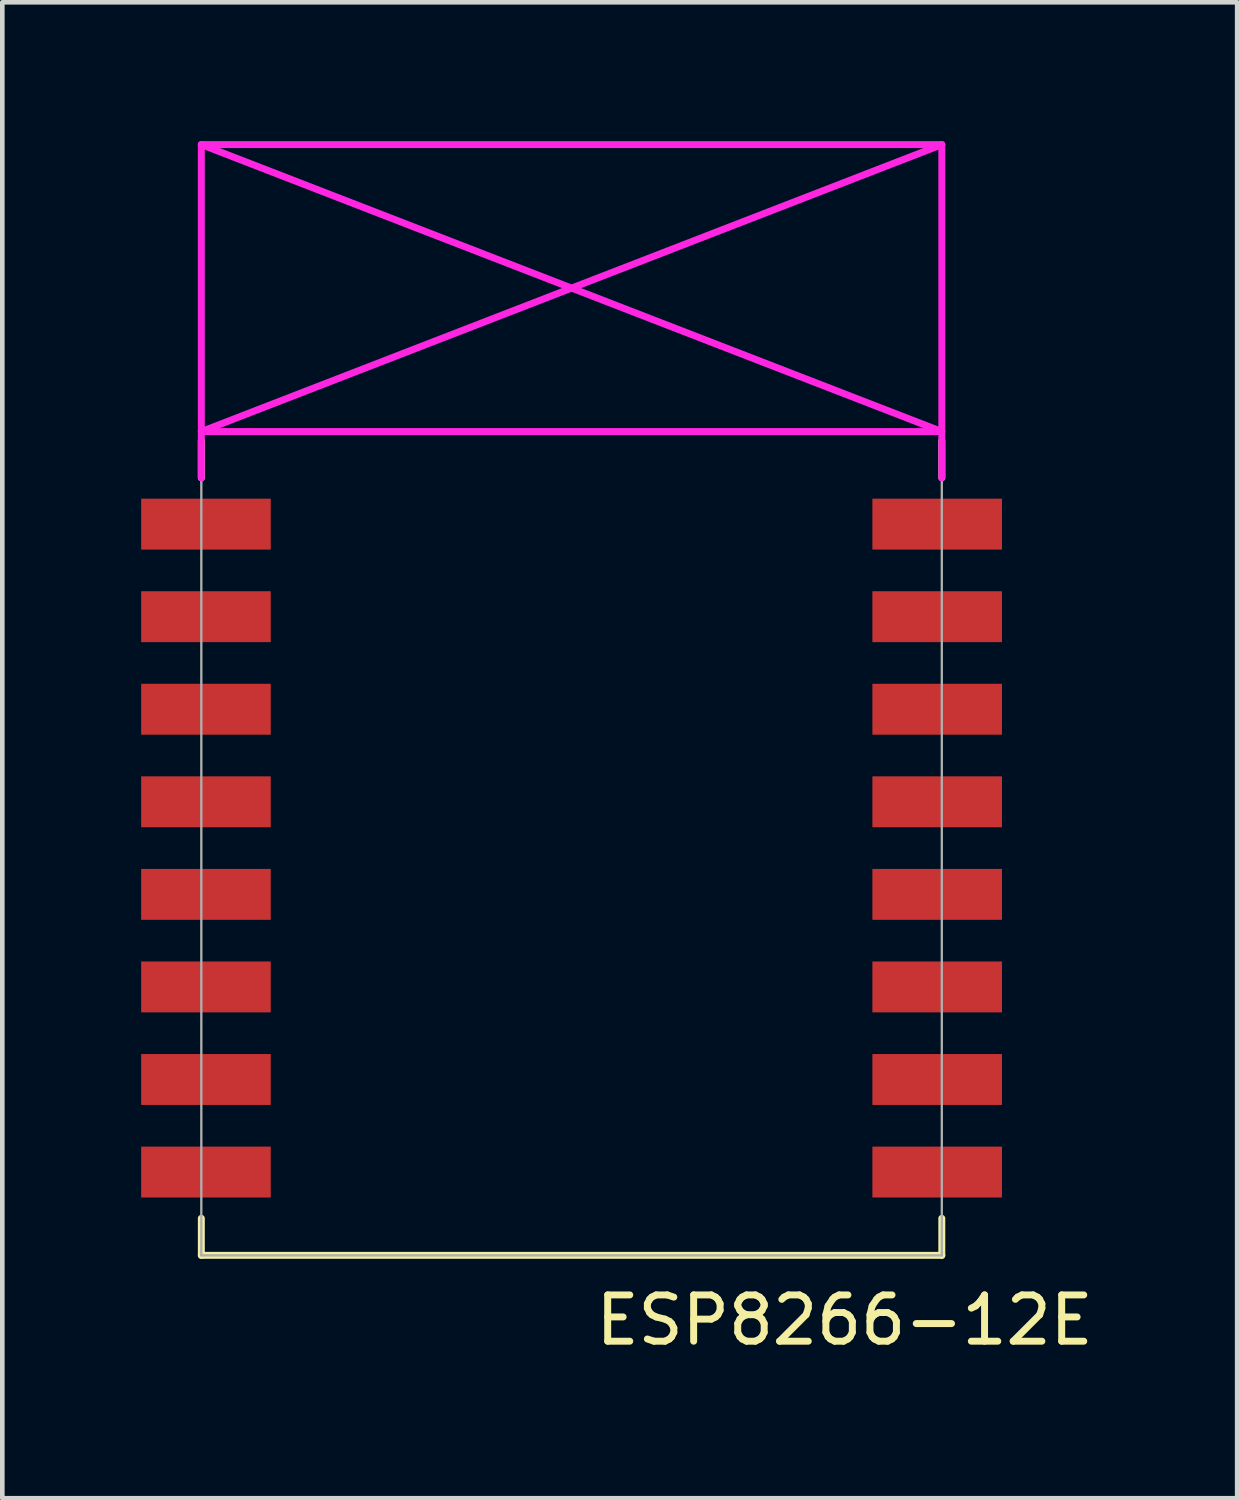
<source format=kicad_pcb>
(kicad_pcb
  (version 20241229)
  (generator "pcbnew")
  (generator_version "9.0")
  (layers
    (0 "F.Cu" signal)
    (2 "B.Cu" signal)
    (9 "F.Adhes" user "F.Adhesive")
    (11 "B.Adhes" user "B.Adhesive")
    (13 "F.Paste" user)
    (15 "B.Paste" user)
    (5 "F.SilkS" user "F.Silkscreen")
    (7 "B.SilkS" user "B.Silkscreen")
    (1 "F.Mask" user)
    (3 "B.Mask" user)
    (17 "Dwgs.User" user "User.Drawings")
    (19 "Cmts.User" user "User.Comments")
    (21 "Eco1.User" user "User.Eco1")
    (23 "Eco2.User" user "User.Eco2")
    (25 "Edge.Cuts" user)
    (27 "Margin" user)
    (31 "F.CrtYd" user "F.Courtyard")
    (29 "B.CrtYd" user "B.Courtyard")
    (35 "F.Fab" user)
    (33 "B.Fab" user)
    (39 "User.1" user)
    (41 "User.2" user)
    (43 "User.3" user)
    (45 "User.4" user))
  (footprint "ESP8266-12E"
    (layer "F.Cu")
    (at 9.3 8.275)
    (property "Reference" "ESP8266-12E" (at 5.9 17.2 0) (layer "F.SilkS") (effects (font (size 1 1) (thickness 0.15))))
    (attr through_hole)
    (fp_line (start -8 -1) (end -8 -1.8) (stroke (width 0.15) (type solid)) (layer "F.SilkS"))
    (fp_line (start -8 15) (end -8 15.8) (stroke (width 0.15) (type solid)) (layer "F.SilkS"))
    (fp_line (start -8 15.8) (end 8 15.8) (stroke (width 0.15) (type solid)) (layer "F.SilkS"))
    (fp_line (start 8 -1) (end 8 -1.8) (stroke (width 0.15) (type solid)) (layer "F.SilkS"))
    (fp_line (start 8 15.8) (end 8 15) (stroke (width 0.15) (type solid)) (layer "F.SilkS"))
    (fp_line (start -8 -8.2) (end 8 -8.2) (stroke (width 0.15) (type solid)) (layer "F.CrtYd"))
    (fp_line (start -8 -8.2) (end 8 -2) (stroke (width 0.15) (type solid)) (layer "F.CrtYd"))
    (fp_line (start -8 -2) (end 8 -2) (stroke (width 0.15) (type solid)) (layer "F.CrtYd"))
    (fp_line (start -8 -1) (end -8 -8.2) (stroke (width 0.15) (type solid)) (layer "F.CrtYd"))
    (fp_line (start 8 -8.2) (end -8 -2) (stroke (width 0.15) (type solid)) (layer "F.CrtYd"))
    (fp_line (start 8 -8.2) (end 8 -1) (stroke (width 0.15) (type solid)) (layer "F.CrtYd"))
    (fp_line (start -8 -8.2) (end -8 15.8) (stroke (width 0.05) (type solid)) (layer "F.Fab"))
    (fp_line (start -8 -8.2) (end 8 -8.2) (stroke (width 0.05) (type solid)) (layer "F.Fab"))
    (fp_line (start -8 15.8) (end 8 15.8) (stroke (width 0.05) (type solid)) (layer "F.Fab"))
    (fp_line (start 8 -8.2) (end 8 15.8) (stroke (width 0.05) (type solid)) (layer "F.Fab"))
    (pad "1" smd rect (at -7.2 0) (size 2.8 1.1) (drill (offset -0.7 0)) (layers "F.Cu" "F.Mask" "F.Paste"))
    (pad "2" smd rect (at -7.2 2) (size 2.8 1.1) (drill (offset -0.7 0)) (layers "F.Cu" "F.Mask" "F.Paste"))
    (pad "3" smd rect (at -7.2 4) (size 2.8 1.1) (drill (offset -0.7 0)) (layers "F.Cu" "F.Mask" "F.Paste"))
    (pad "4" smd rect (at -7.2 6) (size 2.8 1.1) (drill (offset -0.7 0)) (layers "F.Cu" "F.Mask" "F.Paste"))
    (pad "5" smd rect (at -7.2 8) (size 2.8 1.1) (drill (offset -0.7 0)) (layers "F.Cu" "F.Mask" "F.Paste"))
    (pad "6" smd rect (at -7.2 10) (size 2.8 1.1) (drill (offset -0.7 0)) (layers "F.Cu" "F.Mask" "F.Paste"))
    (pad "7" smd rect (at -7.2 12) (size 2.8 1.1) (drill (offset -0.7 0)) (layers "F.Cu" "F.Mask" "F.Paste"))
    (pad "8" smd rect (at -7.2 14) (size 2.8 1.1) (drill (offset -0.7 0)) (layers "F.Cu" "F.Mask" "F.Paste"))
    (pad "9" smd rect (at 7.2 14) (size 2.8 1.1) (drill (offset 0.7 0)) (layers "F.Cu" "F.Mask" "F.Paste"))
    (pad "10" smd rect (at 7.2 12) (size 2.8 1.1) (drill (offset 0.7 0)) (layers "F.Cu" "F.Mask" "F.Paste"))
    (pad "11" smd rect (at 7.2 10) (size 2.8 1.1) (drill (offset 0.7 0)) (layers "F.Cu" "F.Mask" "F.Paste"))
    (pad "12" smd rect (at 7.2 8) (size 2.8 1.1) (drill (offset 0.7 0)) (layers "F.Cu" "F.Mask" "F.Paste"))
    (pad "13" smd rect (at 7.2 6) (size 2.8 1.1) (drill (offset 0.7 0)) (layers "F.Cu" "F.Mask" "F.Paste"))
    (pad "14" smd rect (at 7.2 4) (size 2.8 1.1) (drill (offset 0.7 0)) (layers "F.Cu" "F.Mask" "F.Paste"))
    (pad "15" smd rect (at 7.2 2) (size 2.8 1.1) (drill (offset 0.7 0)) (layers "F.Cu" "F.Mask" "F.Paste"))
    (pad "16" smd rect (at 7.2 0) (size 2.8 1.1) (drill (offset 0.7 0)) (layers "F.Cu" "F.Mask" "F.Paste")))
  (gr_rect
    (start -3 -3)
    (end 23.682 29.323)
    (stroke (width 0.1) (type default))
    (fill no)
    (layer "Edge.Cuts")))
</source>
